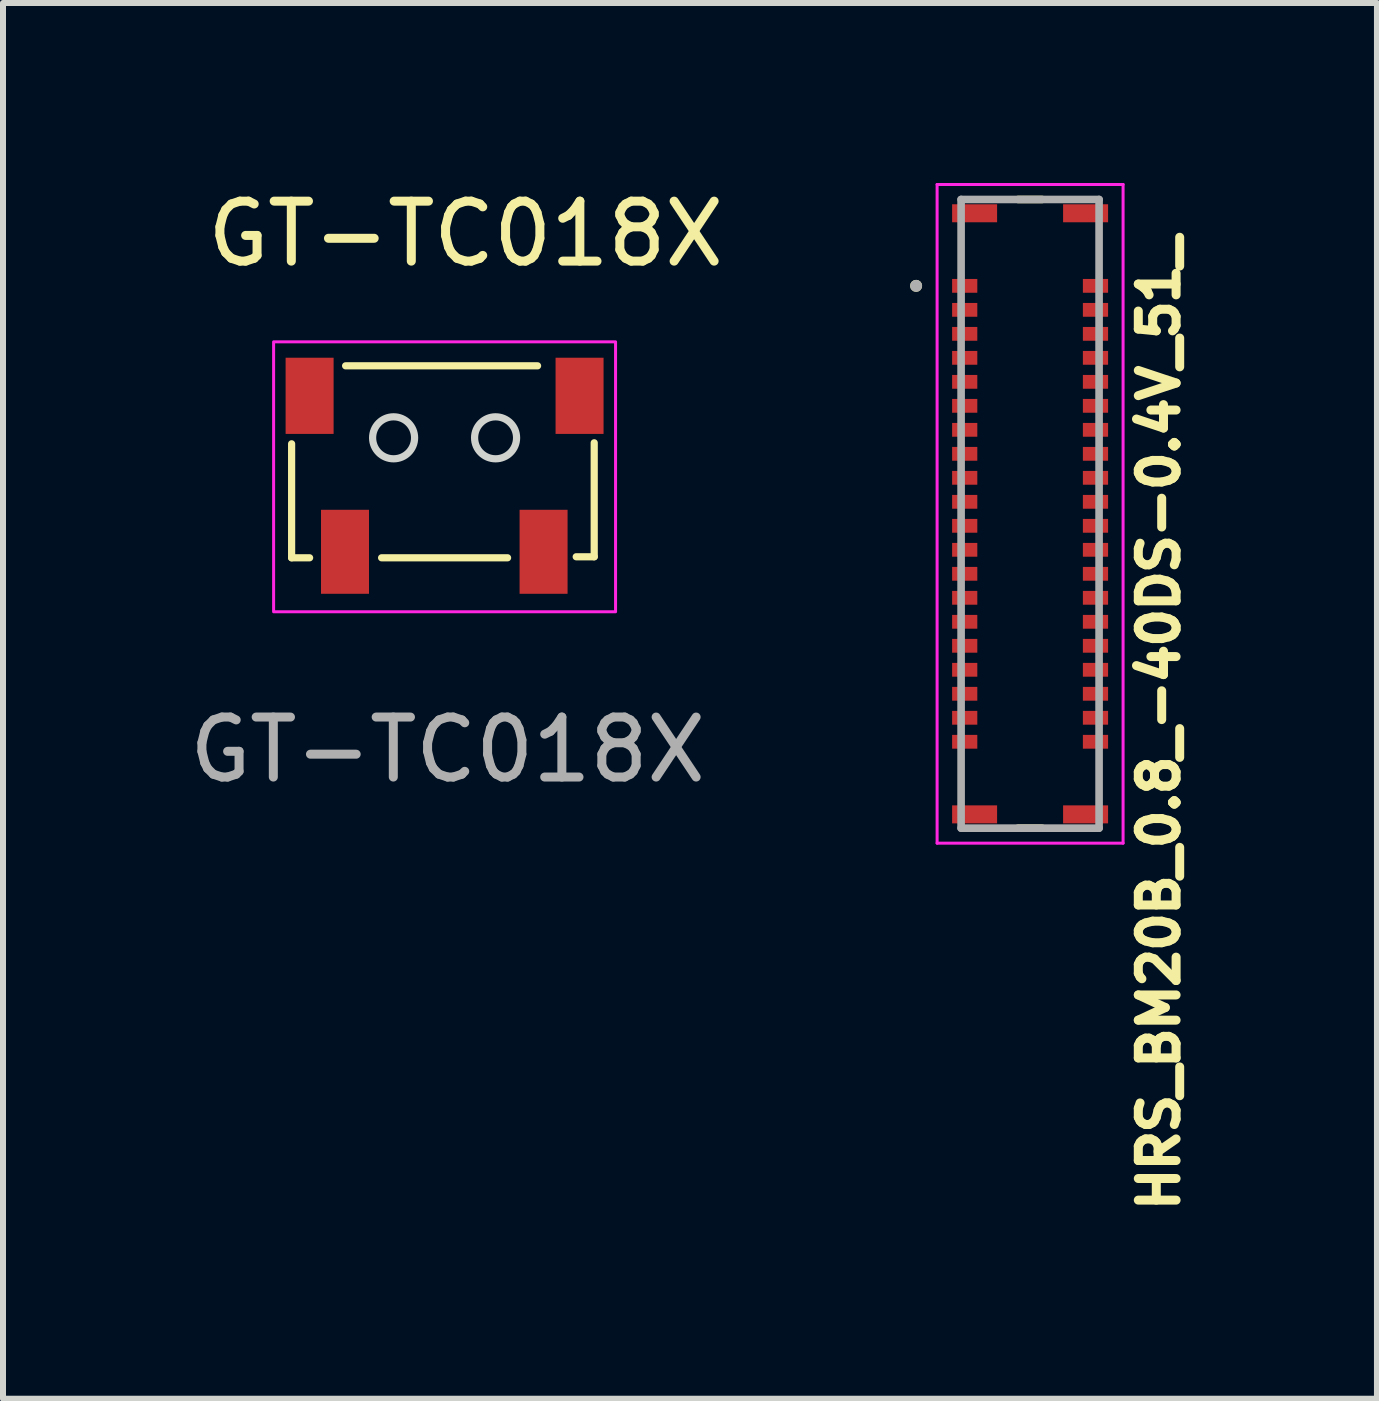
<source format=kicad_pcb>
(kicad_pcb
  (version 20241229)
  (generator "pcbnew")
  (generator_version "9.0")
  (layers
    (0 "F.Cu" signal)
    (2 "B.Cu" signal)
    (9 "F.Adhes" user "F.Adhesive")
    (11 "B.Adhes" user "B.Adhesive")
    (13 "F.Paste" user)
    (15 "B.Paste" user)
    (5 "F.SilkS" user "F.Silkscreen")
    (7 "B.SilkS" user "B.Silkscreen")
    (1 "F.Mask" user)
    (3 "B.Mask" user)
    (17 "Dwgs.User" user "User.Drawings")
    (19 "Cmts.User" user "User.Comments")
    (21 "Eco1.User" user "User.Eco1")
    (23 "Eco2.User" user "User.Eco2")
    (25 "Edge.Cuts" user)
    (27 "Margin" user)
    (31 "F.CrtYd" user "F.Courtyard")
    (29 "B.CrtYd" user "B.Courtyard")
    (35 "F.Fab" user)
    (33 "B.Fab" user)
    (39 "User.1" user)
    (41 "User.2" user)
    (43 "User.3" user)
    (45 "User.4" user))
  (footprint "HRS_BM20B_0.8_-40DS-0.4V_51_"
    (layer "F.Cu")
    (at 14.121 5.73)
    (property "Reference" "HRS_BM20B_0.8_-40DS-0.4V_51_" (at 2.15 3.275 90) (layer "F.SilkS") (effects (font (size 0.63 0.63) (thickness 0.15))))
    (attr smd)
    (fp_poly (pts (xy -0.83 -3.85) (xy -0.83 -4.18) (xy -1.35 -4.18) (xy -1.35 -3.85)) (stroke (width 0.01) (type solid)) (fill yes) (layer "F.Mask"))
    (fp_poly (pts (xy -0.83 -3.05) (xy -0.83 -3.38) (xy -1.35 -3.38) (xy -1.35 -3.05)) (stroke (width 0.01) (type solid)) (fill yes) (layer "F.Mask"))
    (fp_poly (pts (xy -0.83 -1.45) (xy -0.83 -1.78) (xy -1.35 -1.78) (xy -1.35 -1.45)) (stroke (width 0.01) (type solid)) (fill yes) (layer "F.Mask"))
    (fp_poly (pts (xy -0.83 1.35) (xy -0.83 1.02) (xy -1.35 1.02) (xy -1.35 1.35)) (stroke (width 0.01) (type solid)) (fill yes) (layer "F.Mask"))
    (fp_poly (pts (xy -0.83 3.35) (xy -0.83 3.02) (xy -1.35 3.02) (xy -1.35 3.35)) (stroke (width 0.01) (type solid)) (fill yes) (layer "F.Mask"))
    (fp_poly (pts (xy -0.83 -3.45) (xy -0.83 -3.78) (xy -1.35 -3.78) (xy -1.35 -3.45)) (stroke (width 0.01) (type solid)) (fill yes) (layer "F.Mask"))
    (fp_poly (pts (xy -0.83 -2.65) (xy -0.83 -2.98) (xy -1.35 -2.98) (xy -1.35 -2.65)) (stroke (width 0.01) (type solid)) (fill yes) (layer "F.Mask"))
    (fp_poly (pts (xy -0.83 -2.25) (xy -0.83 -2.58) (xy -1.35 -2.58) (xy -1.35 -2.25)) (stroke (width 0.01) (type solid)) (fill yes) (layer "F.Mask"))
    (fp_poly (pts (xy -0.83 -1.05) (xy -0.83 -1.38) (xy -1.35 -1.38) (xy -1.35 -1.05)) (stroke (width 0.01) (type solid)) (fill yes) (layer "F.Mask"))
    (fp_poly (pts (xy -0.83 -0.65) (xy -0.83 -0.98) (xy -1.35 -0.98) (xy -1.35 -0.65)) (stroke (width 0.01) (type solid)) (fill yes) (layer "F.Mask"))
    (fp_poly (pts (xy -0.83 -0.25) (xy -0.83 -0.58) (xy -1.35 -0.58) (xy -1.35 -0.25)) (stroke (width 0.01) (type solid)) (fill yes) (layer "F.Mask"))
    (fp_poly (pts (xy -0.83 0.15) (xy -0.83 -0.18) (xy -1.35 -0.18) (xy -1.35 0.15)) (stroke (width 0.01) (type solid)) (fill yes) (layer "F.Mask"))
    (fp_poly (pts (xy -0.83 0.55) (xy -0.83 0.22) (xy -1.35 0.22) (xy -1.35 0.55)) (stroke (width 0.01) (type solid)) (fill yes) (layer "F.Mask"))
    (fp_poly (pts (xy -0.83 1.75) (xy -0.83 1.42) (xy -1.35 1.42) (xy -1.35 1.75)) (stroke (width 0.01) (type solid)) (fill yes) (layer "F.Mask"))
    (fp_poly (pts (xy -0.83 2.15) (xy -0.83 1.82) (xy -1.35 1.82) (xy -1.35 2.15)) (stroke (width 0.01) (type solid)) (fill yes) (layer "F.Mask"))
    (fp_poly (pts (xy -0.83 2.55) (xy -0.83 2.22) (xy -1.35 2.22) (xy -1.35 2.55)) (stroke (width 0.01) (type solid)) (fill yes) (layer "F.Mask"))
    (fp_poly (pts (xy -0.83 2.95) (xy -0.83 2.62) (xy -1.35 2.62) (xy -1.35 2.95)) (stroke (width 0.01) (type solid)) (fill yes) (layer "F.Mask"))
    (fp_poly (pts (xy -0.83 3.75) (xy -0.83 3.42) (xy -1.35 3.42) (xy -1.35 3.75)) (stroke (width 0.01) (type solid)) (fill yes) (layer "F.Mask"))
    (fp_poly (pts (xy -0.83 -1.85) (xy -0.83 -2.18) (xy -1.35 -2.18) (xy -1.35 -1.85)) (stroke (width 0.01) (type solid)) (fill yes) (layer "F.Mask"))
    (fp_poly (pts (xy -0.83 0.95) (xy -0.83 0.62) (xy -1.35 0.62) (xy -1.35 0.95)) (stroke (width 0.01) (type solid)) (fill yes) (layer "F.Mask"))
    (fp_poly (pts (xy 1.35 -3.45) (xy 1.35 -3.78) (xy 0.83 -3.78) (xy 0.83 -3.45)) (stroke (width 0.01) (type solid)) (fill yes) (layer "F.Mask"))
    (fp_poly (pts (xy 1.35 -2.65) (xy 1.35 -2.98) (xy 0.83 -2.98) (xy 0.83 -2.65)) (stroke (width 0.01) (type solid)) (fill yes) (layer "F.Mask"))
    (fp_poly (pts (xy 1.35 -2.25) (xy 1.35 -2.58) (xy 0.83 -2.58) (xy 0.83 -2.25)) (stroke (width 0.01) (type solid)) (fill yes) (layer "F.Mask"))
    (fp_poly (pts (xy 1.35 -0.65) (xy 1.35 -0.98) (xy 0.83 -0.98) (xy 0.83 -0.65)) (stroke (width 0.01) (type solid)) (fill yes) (layer "F.Mask"))
    (fp_poly (pts (xy 1.35 0.55) (xy 1.35 0.22) (xy 0.83 0.22) (xy 0.83 0.55)) (stroke (width 0.01) (type solid)) (fill yes) (layer "F.Mask"))
    (fp_poly (pts (xy 1.35 -3.85) (xy 1.35 -4.18) (xy 0.83 -4.18) (xy 0.83 -3.85)) (stroke (width 0.01) (type solid)) (fill yes) (layer "F.Mask"))
    (fp_poly (pts (xy 1.35 -1.45) (xy 1.35 -1.78) (xy 0.83 -1.78) (xy 0.83 -1.45)) (stroke (width 0.01) (type solid)) (fill yes) (layer "F.Mask"))
    (fp_poly (pts (xy 1.35 -0.25) (xy 1.35 -0.58) (xy 0.83 -0.58) (xy 0.83 -0.25)) (stroke (width 0.01) (type solid)) (fill yes) (layer "F.Mask"))
    (fp_poly (pts (xy 1.35 0.15) (xy 1.35 -0.18) (xy 0.83 -0.18) (xy 0.83 0.15)) (stroke (width 0.01) (type solid)) (fill yes) (layer "F.Mask"))
    (fp_poly (pts (xy 1.35 0.95) (xy 1.35 0.62) (xy 0.83 0.62) (xy 0.83 0.95)) (stroke (width 0.01) (type solid)) (fill yes) (layer "F.Mask"))
    (fp_poly (pts (xy 1.35 1.35) (xy 1.35 1.02) (xy 0.83 1.02) (xy 0.83 1.35)) (stroke (width 0.01) (type solid)) (fill yes) (layer "F.Mask"))
    (fp_poly (pts (xy 1.35 1.75) (xy 1.35 1.42) (xy 0.83 1.42) (xy 0.83 1.75)) (stroke (width 0.01) (type solid)) (fill yes) (layer "F.Mask"))
    (fp_poly (pts (xy 1.35 2.15) (xy 1.35 1.82) (xy 0.83 1.82) (xy 0.83 2.15)) (stroke (width 0.01) (type solid)) (fill yes) (layer "F.Mask"))
    (fp_poly (pts (xy 1.35 2.55) (xy 1.35 2.22) (xy 0.83 2.22) (xy 0.83 2.55)) (stroke (width 0.01) (type solid)) (fill yes) (layer "F.Mask"))
    (fp_poly (pts (xy 1.35 2.95) (xy 1.35 2.62) (xy 0.83 2.62) (xy 0.83 2.95)) (stroke (width 0.01) (type solid)) (fill yes) (layer "F.Mask"))
    (fp_poly (pts (xy 1.35 3.35) (xy 1.35 3.02) (xy 0.83 3.02) (xy 0.83 3.35)) (stroke (width 0.01) (type solid)) (fill yes) (layer "F.Mask"))
    (fp_poly (pts (xy 1.35 -3.05) (xy 1.35 -3.38) (xy 0.83 -3.38) (xy 0.83 -3.05)) (stroke (width 0.01) (type solid)) (fill yes) (layer "F.Mask"))
    (fp_poly (pts (xy 1.35 -1.85) (xy 1.35 -2.18) (xy 0.83 -2.18) (xy 0.83 -1.85)) (stroke (width 0.01) (type solid)) (fill yes) (layer "F.Mask"))
    (fp_poly (pts (xy 1.35 -1.05) (xy 1.35 -1.38) (xy 0.83 -1.38) (xy 0.83 -1.05)) (stroke (width 0.01) (type solid)) (fill yes) (layer "F.Mask"))
    (fp_poly (pts (xy 1.35 3.75) (xy 1.35 3.42) (xy 0.83 3.42) (xy 0.83 3.75)) (stroke (width 0.01) (type solid)) (fill yes) (layer "F.Mask"))
    (fp_line (start -0.2 5.025) (end 0.2 5.025) (stroke (width 0.127) (type solid)) (layer "F.SilkS"))
    (fp_line (start 0.2 -5.455) (end -0.2 -5.455) (stroke (width 0.127) (type solid)) (layer "F.SilkS"))
    (fp_circle (center -1.9 -4.015) (end -1.9 -4.065) (stroke (width 0.1) (type solid)) (fill no) (layer "F.SilkS"))
    (fp_poly (pts (xy -1 -2.7) (xy -1 -2.93) (xy -1.3 -2.93) (xy -1.3 -2.7)) (stroke (width 0.01) (type solid)) (fill yes) (layer "F.Paste"))
    (fp_poly (pts (xy -1 -1.5) (xy -1 -1.73) (xy -1.3 -1.73) (xy -1.3 -1.5)) (stroke (width 0.01) (type solid)) (fill yes) (layer "F.Paste"))
    (fp_poly (pts (xy -1 -0.3) (xy -1 -0.53) (xy -1.3 -0.53) (xy -1.3 -0.3)) (stroke (width 0.01) (type solid)) (fill yes) (layer "F.Paste"))
    (fp_poly (pts (xy -1 1.7) (xy -1 1.47) (xy -1.3 1.47) (xy -1.3 1.7)) (stroke (width 0.01) (type solid)) (fill yes) (layer "F.Paste"))
    (fp_poly (pts (xy -1 2.5) (xy -1 2.27) (xy -1.3 2.27) (xy -1.3 2.5)) (stroke (width 0.01) (type solid)) (fill yes) (layer "F.Paste"))
    (fp_poly (pts (xy -1 -3.5) (xy -1 -3.73) (xy -1.3 -3.73) (xy -1.3 -3.5)) (stroke (width 0.01) (type solid)) (fill yes) (layer "F.Paste"))
    (fp_poly (pts (xy -1 -2.3) (xy -1 -2.53) (xy -1.3 -2.53) (xy -1.3 -2.3)) (stroke (width 0.01) (type solid)) (fill yes) (layer "F.Paste"))
    (fp_poly (pts (xy -1 -0.7) (xy -1 -0.93) (xy -1.3 -0.93) (xy -1.3 -0.7)) (stroke (width 0.01) (type solid)) (fill yes) (layer "F.Paste"))
    (fp_poly (pts (xy -1 0.1) (xy -1 -0.13) (xy -1.3 -0.13) (xy -1.3 0.1)) (stroke (width 0.01) (type solid)) (fill yes) (layer "F.Paste"))
    (fp_poly (pts (xy -1 0.5) (xy -1 0.27) (xy -1.3 0.27) (xy -1.3 0.5)) (stroke (width 0.01) (type solid)) (fill yes) (layer "F.Paste"))
    (fp_poly (pts (xy -1 0.9) (xy -1 0.67) (xy -1.3 0.67) (xy -1.3 0.9)) (stroke (width 0.01) (type solid)) (fill yes) (layer "F.Paste"))
    (fp_poly (pts (xy -1 1.3) (xy -1 1.07) (xy -1.3 1.07) (xy -1.3 1.3)) (stroke (width 0.01) (type solid)) (fill yes) (layer "F.Paste"))
    (fp_poly (pts (xy -1 2.1) (xy -1 1.87) (xy -1.3 1.87) (xy -1.3 2.1)) (stroke (width 0.01) (type solid)) (fill yes) (layer "F.Paste"))
    (fp_poly (pts (xy -1 2.9) (xy -1 2.67) (xy -1.3 2.67) (xy -1.3 2.9)) (stroke (width 0.01) (type solid)) (fill yes) (layer "F.Paste"))
    (fp_poly (pts (xy -1 3.7) (xy -1 3.47) (xy -1.3 3.47) (xy -1.3 3.7)) (stroke (width 0.01) (type solid)) (fill yes) (layer "F.Paste"))
    (fp_poly (pts (xy -1 -3.9) (xy -1 -4.13) (xy -1.3 -4.13) (xy -1.3 -3.9)) (stroke (width 0.01) (type solid)) (fill yes) (layer "F.Paste"))
    (fp_poly (pts (xy -1 -3.1) (xy -1 -3.33) (xy -1.3 -3.33) (xy -1.3 -3.1)) (stroke (width 0.01) (type solid)) (fill yes) (layer "F.Paste"))
    (fp_poly (pts (xy -1 -1.9) (xy -1 -2.13) (xy -1.3 -2.13) (xy -1.3 -1.9)) (stroke (width 0.01) (type solid)) (fill yes) (layer "F.Paste"))
    (fp_poly (pts (xy -1 -1.1) (xy -1 -1.33) (xy -1.3 -1.33) (xy -1.3 -1.1)) (stroke (width 0.01) (type solid)) (fill yes) (layer "F.Paste"))
    (fp_poly (pts (xy -1 3.3) (xy -1 3.07) (xy -1.3 3.07) (xy -1.3 3.3)) (stroke (width 0.01) (type solid)) (fill yes) (layer "F.Paste"))
    (fp_poly (pts (xy 1.3 1.3) (xy 1.3 1.07) (xy 1 1.07) (xy 1 1.3)) (stroke (width 0.01) (type solid)) (fill yes) (layer "F.Paste"))
    (fp_poly (pts (xy 1.3 -3.9) (xy 1.3 -4.13) (xy 1 -4.13) (xy 1 -3.9)) (stroke (width 0.01) (type solid)) (fill yes) (layer "F.Paste"))
    (fp_poly (pts (xy 1.3 -3.5) (xy 1.3 -3.73) (xy 1 -3.73) (xy 1 -3.5)) (stroke (width 0.01) (type solid)) (fill yes) (layer "F.Paste"))
    (fp_poly (pts (xy 1.3 -3.1) (xy 1.3 -3.33) (xy 1 -3.33) (xy 1 -3.1)) (stroke (width 0.01) (type solid)) (fill yes) (layer "F.Paste"))
    (fp_poly (pts (xy 1.3 -2.7) (xy 1.3 -2.93) (xy 1 -2.93) (xy 1 -2.7)) (stroke (width 0.01) (type solid)) (fill yes) (layer "F.Paste"))
    (fp_poly (pts (xy 1.3 -2.3) (xy 1.3 -2.53) (xy 1 -2.53) (xy 1 -2.3)) (stroke (width 0.01) (type solid)) (fill yes) (layer "F.Paste"))
    (fp_poly (pts (xy 1.3 -1.9) (xy 1.3 -2.13) (xy 1 -2.13) (xy 1 -1.9)) (stroke (width 0.01) (type solid)) (fill yes) (layer "F.Paste"))
    (fp_poly (pts (xy 1.3 -1.5) (xy 1.3 -1.73) (xy 1 -1.73) (xy 1 -1.5)) (stroke (width 0.01) (type solid)) (fill yes) (layer "F.Paste"))
    (fp_poly (pts (xy 1.3 -1.1) (xy 1.3 -1.33) (xy 1 -1.33) (xy 1 -1.1)) (stroke (width 0.01) (type solid)) (fill yes) (layer "F.Paste"))
    (fp_poly (pts (xy 1.3 -0.7) (xy 1.3 -0.93) (xy 1 -0.93) (xy 1 -0.7)) (stroke (width 0.01) (type solid)) (fill yes) (layer "F.Paste"))
    (fp_poly (pts (xy 1.3 -0.3) (xy 1.3 -0.53) (xy 1 -0.53) (xy 1 -0.3)) (stroke (width 0.01) (type solid)) (fill yes) (layer "F.Paste"))
    (fp_poly (pts (xy 1.3 0.1) (xy 1.3 -0.13) (xy 1 -0.13) (xy 1 0.1)) (stroke (width 0.01) (type solid)) (fill yes) (layer "F.Paste"))
    (fp_poly (pts (xy 1.3 0.9) (xy 1.3 0.67) (xy 1 0.67) (xy 1 0.9)) (stroke (width 0.01) (type solid)) (fill yes) (layer "F.Paste"))
    (fp_poly (pts (xy 1.3 1.7) (xy 1.3 1.47) (xy 1 1.47) (xy 1 1.7)) (stroke (width 0.01) (type solid)) (fill yes) (layer "F.Paste"))
    (fp_poly (pts (xy 1.3 2.1) (xy 1.3 1.87) (xy 1 1.87) (xy 1 2.1)) (stroke (width 0.01) (type solid)) (fill yes) (layer "F.Paste"))
    (fp_poly (pts (xy 1.3 2.5) (xy 1.3 2.27) (xy 1 2.27) (xy 1 2.5)) (stroke (width 0.01) (type solid)) (fill yes) (layer "F.Paste"))
    (fp_poly (pts (xy 1.3 2.9) (xy 1.3 2.67) (xy 1 2.67) (xy 1 2.9)) (stroke (width 0.01) (type solid)) (fill yes) (layer "F.Paste"))
    (fp_poly (pts (xy 1.3 3.3) (xy 1.3 3.07) (xy 1 3.07) (xy 1 3.3)) (stroke (width 0.01) (type solid)) (fill yes) (layer "F.Paste"))
    (fp_poly (pts (xy 1.3 3.7) (xy 1.3 3.47) (xy 1 3.47) (xy 1 3.7)) (stroke (width 0.01) (type solid)) (fill yes) (layer "F.Paste"))
    (fp_poly (pts (xy 1.3 0.5) (xy 1.3 0.27) (xy 1 0.27) (xy 1 0.5)) (stroke (width 0.01) (type solid)) (fill yes) (layer "F.Paste"))
    (fp_line (start -1.55 -5.705) (end 1.55 -5.705) (stroke (width 0.05) (type solid)) (layer "F.CrtYd"))
    (fp_line (start -1.55 5.275) (end -1.55 -5.705) (stroke (width 0.05) (type solid)) (layer "F.CrtYd"))
    (fp_line (start 1.55 -5.705) (end 1.55 5.275) (stroke (width 0.05) (type solid)) (layer "F.CrtYd"))
    (fp_line (start 1.55 5.275) (end -1.55 5.275) (stroke (width 0.05) (type solid)) (layer "F.CrtYd"))
    (fp_line (start -1.15 -5.455) (end -1.15 5.025) (stroke (width 0.127) (type solid)) (layer "F.Fab"))
    (fp_line (start -1.15 5.025) (end 1.15 5.025) (stroke (width 0.127) (type solid)) (layer "F.Fab"))
    (fp_line (start 1.15 -5.455) (end -1.15 -5.455) (stroke (width 0.127) (type solid)) (layer "F.Fab"))
    (fp_line (start 1.15 5.025) (end 1.15 -5.455) (stroke (width 0.127) (type solid)) (layer "F.Fab"))
    (fp_circle (center -1.9 -4.015) (end -1.9 -4.065) (stroke (width 0.1) (type solid)) (fill no) (layer "F.Fab"))
    (pad "1" smd rect (at -1.09 -4.015 270) (size 0.23 0.42) (layers "F.Cu"))
    (pad "2" smd rect (at 1.09 -4.015 270) (size 0.23 0.42) (layers "F.Cu"))
    (pad "3" smd rect (at -1.09 -3.615 270) (size 0.23 0.42) (layers "F.Cu"))
    (pad "4" smd rect (at 1.09 -3.615 270) (size 0.23 0.42) (layers "F.Cu"))
    (pad "5" smd rect (at -1.09 -3.215 270) (size 0.23 0.42) (layers "F.Cu"))
    (pad "6" smd rect (at 1.09 -3.215 270) (size 0.23 0.42) (layers "F.Cu"))
    (pad "7" smd rect (at -1.09 -2.815 270) (size 0.23 0.42) (layers "F.Cu"))
    (pad "8" smd rect (at 1.09 -2.815 270) (size 0.23 0.42) (layers "F.Cu"))
    (pad "9" smd rect (at -1.09 -2.415 270) (size 0.23 0.42) (layers "F.Cu"))
    (pad "10" smd rect (at 1.09 -2.415 270) (size 0.23 0.42) (layers "F.Cu"))
    (pad "11" smd rect (at -1.09 -2.015 270) (size 0.23 0.42) (layers "F.Cu"))
    (pad "12" smd rect (at 1.09 -2.015 270) (size 0.23 0.42) (layers "F.Cu"))
    (pad "13" smd rect (at -1.09 -1.615 270) (size 0.23 0.42) (layers "F.Cu"))
    (pad "14" smd rect (at 1.09 -1.615 270) (size 0.23 0.42) (layers "F.Cu"))
    (pad "15" smd rect (at -1.09 -1.215 270) (size 0.23 0.42) (layers "F.Cu"))
    (pad "16" smd rect (at 1.09 -1.215 270) (size 0.23 0.42) (layers "F.Cu"))
    (pad "17" smd rect (at -1.09 -0.815 270) (size 0.23 0.42) (layers "F.Cu"))
    (pad "18" smd rect (at 1.09 -0.815 270) (size 0.23 0.42) (layers "F.Cu"))
    (pad "19" smd rect (at -1.09 -0.415 270) (size 0.23 0.42) (layers "F.Cu"))
    (pad "20" smd rect (at 1.09 -0.415 270) (size 0.23 0.42) (layers "F.Cu"))
    (pad "21" smd rect (at -1.09 -0.015 270) (size 0.23 0.42) (layers "F.Cu"))
    (pad "22" smd rect (at 1.09 -0.015 270) (size 0.23 0.42) (layers "F.Cu"))
    (pad "23" smd rect (at -1.09 0.385 270) (size 0.23 0.42) (layers "F.Cu"))
    (pad "24" smd rect (at 1.09 0.385 270) (size 0.23 0.42) (layers "F.Cu"))
    (pad "25" smd rect (at -1.09 0.785 270) (size 0.23 0.42) (layers "F.Cu"))
    (pad "26" smd rect (at 1.09 0.785 270) (size 0.23 0.42) (layers "F.Cu"))
    (pad "27" smd rect (at -1.09 1.185 270) (size 0.23 0.42) (layers "F.Cu"))
    (pad "28" smd rect (at 1.09 1.185 270) (size 0.23 0.42) (layers "F.Cu"))
    (pad "29" smd rect (at -1.09 1.585 270) (size 0.23 0.42) (layers "F.Cu"))
    (pad "30" smd rect (at 1.09 1.585 270) (size 0.23 0.42) (layers "F.Cu"))
    (pad "31" smd rect (at -1.09 1.985 270) (size 0.23 0.42) (layers "F.Cu"))
    (pad "32" smd rect (at 1.09 1.985 270) (size 0.23 0.42) (layers "F.Cu"))
    (pad "33" smd rect (at -1.09 2.385 270) (size 0.23 0.42) (layers "F.Cu"))
    (pad "34" smd rect (at 1.09 2.385 270) (size 0.23 0.42) (layers "F.Cu"))
    (pad "35" smd rect (at -1.09 2.785 270) (size 0.23 0.42) (layers "F.Cu"))
    (pad "36" smd rect (at 1.09 2.785 270) (size 0.23 0.42) (layers "F.Cu"))
    (pad "37" smd rect (at -1.09 3.185 270) (size 0.23 0.42) (layers "F.Cu"))
    (pad "38" smd rect (at 1.09 3.185 270) (size 0.23 0.42) (layers "F.Cu"))
    (pad "39" smd rect (at -1.09 3.585 270) (size 0.23 0.42) (layers "F.Cu"))
    (pad "40" smd rect (at 1.09 3.585 270) (size 0.23 0.42) (layers "F.Cu"))
    (pad "S1" smd rect (at -0.925 -5.225 270) (size 0.3 0.75) (layers "F.Cu" "F.Mask" "F.Paste"))
    (pad "S2" smd rect (at 0.925 -5.225 270) (size 0.3 0.75) (layers "F.Cu" "F.Mask" "F.Paste"))
    (pad "S3" smd rect (at -0.925 4.795 270) (size 0.3 0.75) (layers "F.Cu" "F.Mask" "F.Paste"))
    (pad "S4" smd rect (at 0.925 4.795 270) (size 0.3 0.75) (layers "F.Cu" "F.Mask" "F.Paste")))
  (footprint "GT-TC018X"
    (layer "F.Cu")
    (at 1.511 4.248)
    (property "Reference" "GT-TC018X" (at 3.2 -3.4 0) (unlocked yes) (layer "F.SilkS") (effects (font (size 1 1) (thickness 0.15))))
    (attr smd)
    (fp_line (start 0.3 0.1) (end 0.3 2) (stroke (width 0.12) (type default)) (layer "F.SilkS"))
    (fp_line (start 0.3 2) (end 0.6 2) (stroke (width 0.12) (type default)) (layer "F.SilkS"))
    (fp_line (start 1.2 -1.2) (end 4.4 -1.2) (stroke (width 0.12) (type default)) (layer "F.SilkS"))
    (fp_line (start 1.8 2) (end 3.9 2) (stroke (width 0.12) (type default)) (layer "F.SilkS"))
    (fp_line (start 5.344 0.083) (end 5.344 1.983) (stroke (width 0.12) (type default)) (layer "F.SilkS"))
    (fp_line (start 5.344 1.983) (end 5.044 1.983) (stroke (width 0.12) (type default)) (layer "F.SilkS"))
    (fp_circle (center 2 0) (end 2.35 0) (stroke (width 0.12) (type default)) (fill no) (layer "Edge.Cuts"))
    (fp_circle (center 3.7 0) (end 4.05 0) (stroke (width 0.12) (type default)) (fill no) (layer "Edge.Cuts"))
    (fp_rect (start 0 -1.6) (end 5.7 2.9) (stroke (width 0.05) (type default)) (fill no) (layer "F.CrtYd"))
    (fp_text user "${REFERENCE}" (at 2.9 5.2 0) (unlocked yes) (layer "F.Fab") (effects (font (size 1 1) (thickness 0.15))))
    (pad "1" smd rect (at 1.19 1.9 90) (size 1.4 0.8) (layers "F.Cu" "F.Mask" "F.Paste"))
    (pad "2" smd rect (at 0.6 -0.7 90) (size 1.27 0.8) (layers "F.Cu" "F.Mask" "F.Paste"))
    (pad "3" smd rect (at 5.1 -0.7 90) (size 1.27 0.8) (layers "F.Cu" "F.Mask" "F.Paste"))
    (pad "4" smd rect (at 4.5 1.9 90) (size 1.4 0.8) (layers "F.Cu" "F.Mask" "F.Paste")))
  (gr_rect
    (start -3 -3)
    (end 19.903 20.266)
    (stroke (width 0.1) (type default))
    (fill no)
    (layer "Edge.Cuts")))
</source>
